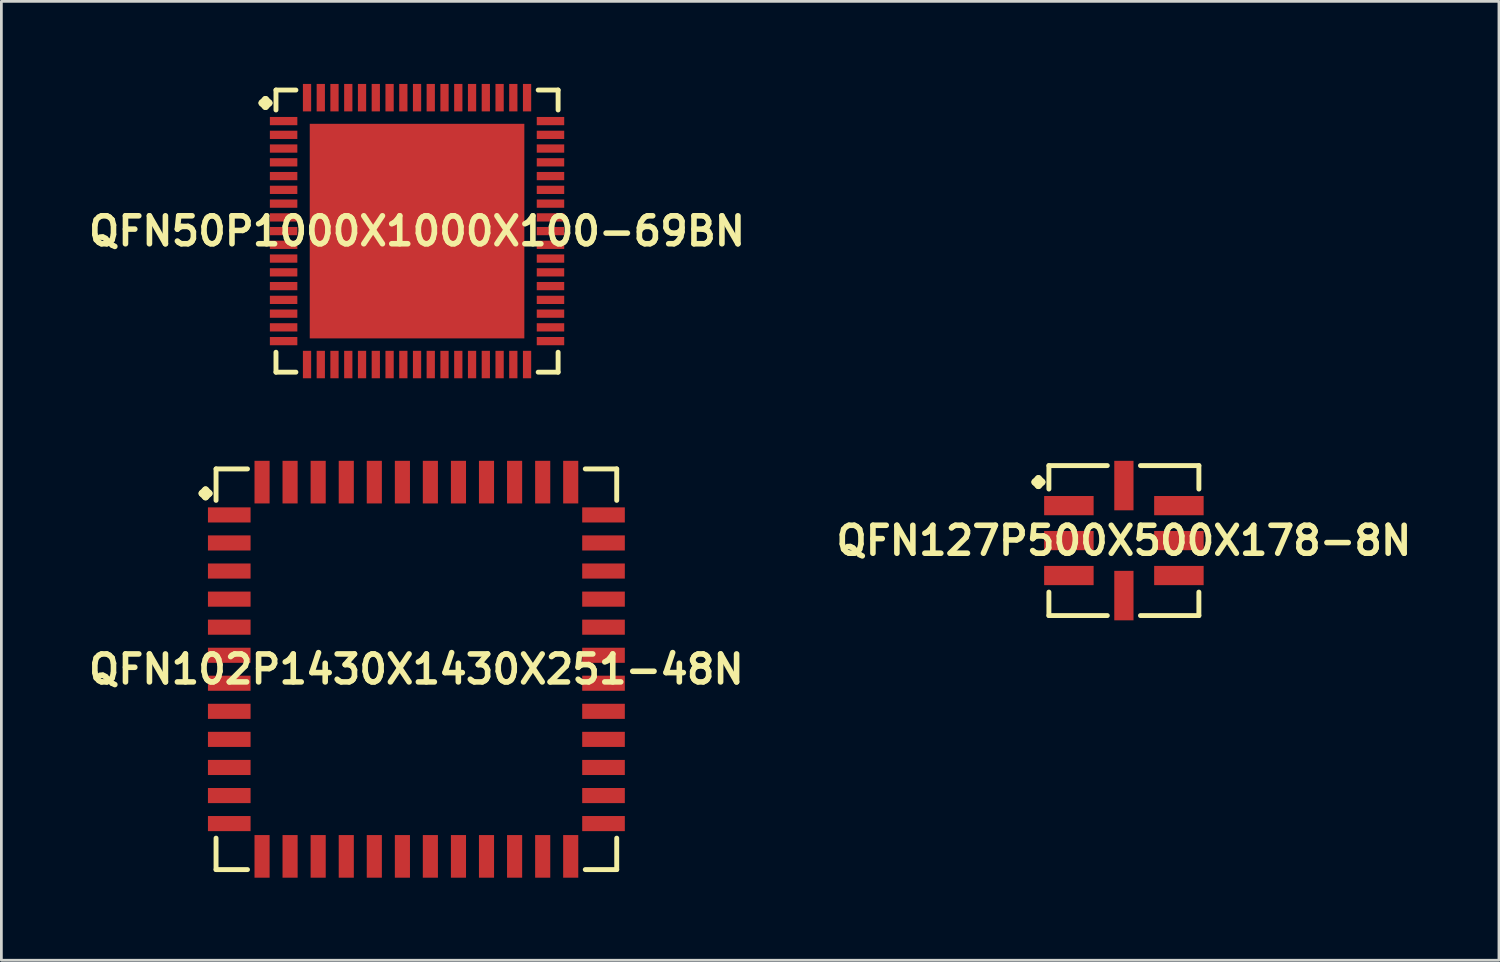
<source format=kicad_pcb>
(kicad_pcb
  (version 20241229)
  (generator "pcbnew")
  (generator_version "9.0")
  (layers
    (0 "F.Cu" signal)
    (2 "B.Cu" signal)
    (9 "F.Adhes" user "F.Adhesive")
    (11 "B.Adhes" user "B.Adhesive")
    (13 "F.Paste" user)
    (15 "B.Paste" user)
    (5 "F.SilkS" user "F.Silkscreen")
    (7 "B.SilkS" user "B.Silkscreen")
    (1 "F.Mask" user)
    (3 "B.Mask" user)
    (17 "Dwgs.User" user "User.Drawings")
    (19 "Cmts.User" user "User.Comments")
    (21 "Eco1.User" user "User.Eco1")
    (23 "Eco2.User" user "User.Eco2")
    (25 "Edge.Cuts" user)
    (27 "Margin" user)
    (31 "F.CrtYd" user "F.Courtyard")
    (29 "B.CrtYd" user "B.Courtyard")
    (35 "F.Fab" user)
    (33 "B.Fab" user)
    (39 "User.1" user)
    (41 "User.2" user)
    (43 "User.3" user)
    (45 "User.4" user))
  (footprint "QFN127P500X500X178-8N"
    (layer "F.Cu")
    (at 37.791 16.594)
    (property "Reference" "QFN127P500X500X178-8N" (at 0 0 0) (layer "F.SilkS") (effects (font (size 1.016 1.016) (thickness 0.203))))
    (attr smd)
    (fp_line (start -3.233 -2.126) (end -3.106 -2.253) (stroke (width 0.254) (type solid)) (layer "F.SilkS"))
    (fp_line (start -3.106 -2.253) (end -2.979 -2.126) (stroke (width 0.254) (type solid)) (layer "F.SilkS"))
    (fp_line (start -3.106 -1.999) (end -3.233 -2.126) (stroke (width 0.254) (type solid)) (layer "F.SilkS"))
    (fp_line (start -2.979 -2.126) (end -3.106 -1.999) (stroke (width 0.254) (type solid)) (layer "F.SilkS"))
    (fp_line (start -2.725 -2.725) (end -0.602 -2.725) (stroke (width 0.178) (type solid)) (layer "F.SilkS"))
    (fp_line (start -2.725 -1.872) (end -2.725 -2.725) (stroke (width 0.178) (type solid)) (layer "F.SilkS"))
    (fp_line (start -2.725 1.872) (end -2.725 2.725) (stroke (width 0.178) (type solid)) (layer "F.SilkS"))
    (fp_line (start -2.725 2.725) (end -0.602 2.725) (stroke (width 0.178) (type solid)) (layer "F.SilkS"))
    (fp_line (start 0.602 -2.725) (end 2.725 -2.725) (stroke (width 0.178) (type solid)) (layer "F.SilkS"))
    (fp_line (start 0.602 2.725) (end 2.725 2.725) (stroke (width 0.178) (type solid)) (layer "F.SilkS"))
    (fp_line (start 2.725 -2.725) (end 2.725 -1.872) (stroke (width 0.178) (type solid)) (layer "F.SilkS"))
    (fp_line (start 2.725 2.725) (end 2.725 1.872) (stroke (width 0.178) (type solid)) (layer "F.SilkS"))
    (pad "1" smd rect (at -1.999 -1.27) (size 1.798 0.699) (layers "F.Cu" "F.Mask" "F.Paste"))
    (pad "2" smd rect (at -1.999 0) (size 1.798 0.699) (layers "F.Cu" "F.Mask" "F.Paste"))
    (pad "3" smd rect (at -1.999 1.27) (size 1.798 0.699) (layers "F.Cu" "F.Mask" "F.Paste"))
    (pad "4" smd rect (at 0 1.999) (size 0.699 1.798) (layers "F.Cu" "F.Mask" "F.Paste"))
    (pad "5" smd rect (at 1.999 1.27) (size 1.798 0.699) (layers "F.Cu" "F.Mask" "F.Paste"))
    (pad "6" smd rect (at 1.999 0) (size 1.798 0.699) (layers "F.Cu" "F.Mask" "F.Paste"))
    (pad "7" smd rect (at 1.999 -1.27) (size 1.798 0.699) (layers "F.Cu" "F.Mask" "F.Paste"))
    (pad "8" smd rect (at 0 -1.999) (size 0.699 1.798) (layers "F.Cu" "F.Mask" "F.Paste")))
  (footprint "QFN50P1000X1000X100-69BN"
    (layer "F.Cu")
    (at 12.105 5.348)
    (property "Reference" "QFN50P1000X1000X100-69BN" (at 0 0 0) (layer "F.SilkS") (effects (font (size 1.016 1.016) (thickness 0.203))))
    (attr smd)
    (fp_line (start -5.634 -4.656) (end -5.507 -4.783) (stroke (width 0.254) (type solid)) (layer "F.SilkS"))
    (fp_line (start -5.507 -4.783) (end -5.38 -4.656) (stroke (width 0.254) (type solid)) (layer "F.SilkS"))
    (fp_line (start -5.507 -4.529) (end -5.634 -4.656) (stroke (width 0.254) (type solid)) (layer "F.SilkS"))
    (fp_line (start -5.38 -4.656) (end -5.507 -4.529) (stroke (width 0.254) (type solid)) (layer "F.SilkS"))
    (fp_line (start -5.126 -5.126) (end -4.402 -5.126) (stroke (width 0.178) (type solid)) (layer "F.SilkS"))
    (fp_line (start -5.126 -4.402) (end -5.126 -5.126) (stroke (width 0.178) (type solid)) (layer "F.SilkS"))
    (fp_line (start -5.126 4.402) (end -5.126 5.126) (stroke (width 0.178) (type solid)) (layer "F.SilkS"))
    (fp_line (start -5.126 5.126) (end -4.402 5.126) (stroke (width 0.178) (type solid)) (layer "F.SilkS"))
    (fp_line (start 4.402 -5.126) (end 5.126 -5.126) (stroke (width 0.178) (type solid)) (layer "F.SilkS"))
    (fp_line (start 4.402 5.126) (end 5.126 5.126) (stroke (width 0.178) (type solid)) (layer "F.SilkS"))
    (fp_line (start 5.126 -5.126) (end 5.126 -4.402) (stroke (width 0.178) (type solid)) (layer "F.SilkS"))
    (fp_line (start 5.126 5.126) (end 5.126 4.402) (stroke (width 0.178) (type solid)) (layer "F.SilkS"))
    (pad "1" smd rect (at -4.849 -3.998) (size 0.998 0.3) (layers "F.Cu" "F.Mask" "F.Paste"))
    (pad "2" smd rect (at -4.849 -3.498) (size 0.998 0.3) (layers "F.Cu" "F.Mask" "F.Paste"))
    (pad "3" smd rect (at -4.849 -3) (size 0.998 0.3) (layers "F.Cu" "F.Mask" "F.Paste"))
    (pad "4" smd rect (at -4.849 -2.499) (size 0.998 0.3) (layers "F.Cu" "F.Mask" "F.Paste"))
    (pad "5" smd rect (at -4.849 -1.999) (size 0.998 0.3) (layers "F.Cu" "F.Mask" "F.Paste"))
    (pad "6" smd rect (at -4.849 -1.499) (size 0.998 0.3) (layers "F.Cu" "F.Mask" "F.Paste"))
    (pad "7" smd rect (at -4.849 -0.998) (size 0.998 0.3) (layers "F.Cu" "F.Mask" "F.Paste"))
    (pad "8" smd rect (at -4.849 -0.498) (size 0.998 0.3) (layers "F.Cu" "F.Mask" "F.Paste"))
    (pad "9" smd rect (at -4.849 0) (size 0.998 0.3) (layers "F.Cu" "F.Mask" "F.Paste"))
    (pad "10" smd rect (at -4.849 0.498) (size 0.998 0.3) (layers "F.Cu" "F.Mask" "F.Paste"))
    (pad "11" smd rect (at -4.849 0.998) (size 0.998 0.3) (layers "F.Cu" "F.Mask" "F.Paste"))
    (pad "12" smd rect (at -4.849 1.499) (size 0.998 0.3) (layers "F.Cu" "F.Mask" "F.Paste"))
    (pad "13" smd rect (at -4.849 1.999) (size 0.998 0.3) (layers "F.Cu" "F.Mask" "F.Paste"))
    (pad "14" smd rect (at -4.849 2.499) (size 0.998 0.3) (layers "F.Cu" "F.Mask" "F.Paste"))
    (pad "15" smd rect (at -4.849 3) (size 0.998 0.3) (layers "F.Cu" "F.Mask" "F.Paste"))
    (pad "16" smd rect (at -4.849 3.498) (size 0.998 0.3) (layers "F.Cu" "F.Mask" "F.Paste"))
    (pad "17" smd rect (at -4.849 3.998) (size 0.998 0.3) (layers "F.Cu" "F.Mask" "F.Paste"))
    (pad "18" smd rect (at -3.998 4.849) (size 0.3 0.998) (layers "F.Cu" "F.Mask" "F.Paste"))
    (pad "19" smd rect (at -3.498 4.849) (size 0.3 0.998) (layers "F.Cu" "F.Mask" "F.Paste"))
    (pad "20" smd rect (at -3 4.849) (size 0.3 0.998) (layers "F.Cu" "F.Mask" "F.Paste"))
    (pad "21" smd rect (at -2.499 4.849) (size 0.3 0.998) (layers "F.Cu" "F.Mask" "F.Paste"))
    (pad "22" smd rect (at -1.999 4.849) (size 0.3 0.998) (layers "F.Cu" "F.Mask" "F.Paste"))
    (pad "23" smd rect (at -1.499 4.849) (size 0.3 0.998) (layers "F.Cu" "F.Mask" "F.Paste"))
    (pad "24" smd rect (at -0.998 4.849) (size 0.3 0.998) (layers "F.Cu" "F.Mask" "F.Paste"))
    (pad "25" smd rect (at -0.498 4.849) (size 0.3 0.998) (layers "F.Cu" "F.Mask" "F.Paste"))
    (pad "26" smd rect (at 0 4.849) (size 0.3 0.998) (layers "F.Cu" "F.Mask" "F.Paste"))
    (pad "27" smd rect (at 0.498 4.849) (size 0.3 0.998) (layers "F.Cu" "F.Mask" "F.Paste"))
    (pad "28" smd rect (at 0.998 4.849) (size 0.3 0.998) (layers "F.Cu" "F.Mask" "F.Paste"))
    (pad "29" smd rect (at 1.499 4.849) (size 0.3 0.998) (layers "F.Cu" "F.Mask" "F.Paste"))
    (pad "30" smd rect (at 1.999 4.849) (size 0.3 0.998) (layers "F.Cu" "F.Mask" "F.Paste"))
    (pad "31" smd rect (at 2.499 4.849) (size 0.3 0.998) (layers "F.Cu" "F.Mask" "F.Paste"))
    (pad "32" smd rect (at 3 4.849) (size 0.3 0.998) (layers "F.Cu" "F.Mask" "F.Paste"))
    (pad "33" smd rect (at 3.498 4.849) (size 0.3 0.998) (layers "F.Cu" "F.Mask" "F.Paste"))
    (pad "34" smd rect (at 3.998 4.849) (size 0.3 0.998) (layers "F.Cu" "F.Mask" "F.Paste"))
    (pad "35" smd rect (at 4.849 3.998) (size 0.998 0.3) (layers "F.Cu" "F.Mask" "F.Paste"))
    (pad "36" smd rect (at 4.849 3.498) (size 0.998 0.3) (layers "F.Cu" "F.Mask" "F.Paste"))
    (pad "37" smd rect (at 4.849 3) (size 0.998 0.3) (layers "F.Cu" "F.Mask" "F.Paste"))
    (pad "38" smd rect (at 4.849 2.499) (size 0.998 0.3) (layers "F.Cu" "F.Mask" "F.Paste"))
    (pad "39" smd rect (at 4.849 1.999) (size 0.998 0.3) (layers "F.Cu" "F.Mask" "F.Paste"))
    (pad "40" smd rect (at 4.849 1.499) (size 0.998 0.3) (layers "F.Cu" "F.Mask" "F.Paste"))
    (pad "41" smd rect (at 4.849 0.998) (size 0.998 0.3) (layers "F.Cu" "F.Mask" "F.Paste"))
    (pad "42" smd rect (at 4.849 0.498) (size 0.998 0.3) (layers "F.Cu" "F.Mask" "F.Paste"))
    (pad "43" smd rect (at 4.849 0) (size 0.998 0.3) (layers "F.Cu" "F.Mask" "F.Paste"))
    (pad "44" smd rect (at 4.849 -0.498) (size 0.998 0.3) (layers "F.Cu" "F.Mask" "F.Paste"))
    (pad "45" smd rect (at 4.849 -0.998) (size 0.998 0.3) (layers "F.Cu" "F.Mask" "F.Paste"))
    (pad "46" smd rect (at 4.849 -1.499) (size 0.998 0.3) (layers "F.Cu" "F.Mask" "F.Paste"))
    (pad "47" smd rect (at 4.849 -1.999) (size 0.998 0.3) (layers "F.Cu" "F.Mask" "F.Paste"))
    (pad "48" smd rect (at 4.849 -2.499) (size 0.998 0.3) (layers "F.Cu" "F.Mask" "F.Paste"))
    (pad "49" smd rect (at 4.849 -3) (size 0.998 0.3) (layers "F.Cu" "F.Mask" "F.Paste"))
    (pad "50" smd rect (at 4.849 -3.498) (size 0.998 0.3) (layers "F.Cu" "F.Mask" "F.Paste"))
    (pad "51" smd rect (at 4.849 -3.998) (size 0.998 0.3) (layers "F.Cu" "F.Mask" "F.Paste"))
    (pad "52" smd rect (at 3.998 -4.849) (size 0.3 0.998) (layers "F.Cu" "F.Mask" "F.Paste"))
    (pad "53" smd rect (at 3.498 -4.849) (size 0.3 0.998) (layers "F.Cu" "F.Mask" "F.Paste"))
    (pad "54" smd rect (at 3 -4.849) (size 0.3 0.998) (layers "F.Cu" "F.Mask" "F.Paste"))
    (pad "55" smd rect (at 2.499 -4.849) (size 0.3 0.998) (layers "F.Cu" "F.Mask" "F.Paste"))
    (pad "56" smd rect (at 1.999 -4.849) (size 0.3 0.998) (layers "F.Cu" "F.Mask" "F.Paste"))
    (pad "57" smd rect (at 1.499 -4.849) (size 0.3 0.998) (layers "F.Cu" "F.Mask" "F.Paste"))
    (pad "58" smd rect (at 0.998 -4.849) (size 0.3 0.998) (layers "F.Cu" "F.Mask" "F.Paste"))
    (pad "59" smd rect (at 0.498 -4.849) (size 0.3 0.998) (layers "F.Cu" "F.Mask" "F.Paste"))
    (pad "60" smd rect (at 0 -4.849) (size 0.3 0.998) (layers "F.Cu" "F.Mask" "F.Paste"))
    (pad "61" smd rect (at -0.498 -4.849) (size 0.3 0.998) (layers "F.Cu" "F.Mask" "F.Paste"))
    (pad "62" smd rect (at -0.998 -4.849) (size 0.3 0.998) (layers "F.Cu" "F.Mask" "F.Paste"))
    (pad "63" smd rect (at -1.499 -4.849) (size 0.3 0.998) (layers "F.Cu" "F.Mask" "F.Paste"))
    (pad "64" smd rect (at -1.999 -4.849) (size 0.3 0.998) (layers "F.Cu" "F.Mask" "F.Paste"))
    (pad "65" smd rect (at -2.499 -4.849) (size 0.3 0.998) (layers "F.Cu" "F.Mask" "F.Paste"))
    (pad "66" smd rect (at -3 -4.849) (size 0.3 0.998) (layers "F.Cu" "F.Mask" "F.Paste"))
    (pad "67" smd rect (at -3.498 -4.849) (size 0.3 0.998) (layers "F.Cu" "F.Mask" "F.Paste"))
    (pad "68" smd rect (at -3.998 -4.849) (size 0.3 0.998) (layers "F.Cu" "F.Mask" "F.Paste"))
    (pad "69" smd rect (at 0 0) (size 7.798 7.798) (layers "F.Cu" "F.Mask" "F.Paste")))
  (footprint "QFN102P1430X1430X251-48N"
    (layer "F.Cu")
    (at 12.081 21.27)
    (property "Reference" "QFN102P1430X1430X251-48N" (at 0 0 0) (layer "F.SilkS") (effects (font (size 1.016 1.016) (thickness 0.203))))
    (attr smd)
    (fp_line (start -7.788 -6.391) (end -7.661 -6.518) (stroke (width 0.254) (type solid)) (layer "F.SilkS"))
    (fp_line (start -7.661 -6.518) (end -7.534 -6.391) (stroke (width 0.254) (type solid)) (layer "F.SilkS"))
    (fp_line (start -7.661 -6.264) (end -7.788 -6.391) (stroke (width 0.254) (type solid)) (layer "F.SilkS"))
    (fp_line (start -7.534 -6.391) (end -7.661 -6.264) (stroke (width 0.254) (type solid)) (layer "F.SilkS"))
    (fp_line (start -7.28 -7.28) (end -6.137 -7.28) (stroke (width 0.178) (type solid)) (layer "F.SilkS"))
    (fp_line (start -7.28 -6.137) (end -7.28 -7.28) (stroke (width 0.178) (type solid)) (layer "F.SilkS"))
    (fp_line (start -7.28 6.137) (end -7.28 7.28) (stroke (width 0.178) (type solid)) (layer "F.SilkS"))
    (fp_line (start -7.28 7.28) (end -6.137 7.28) (stroke (width 0.178) (type solid)) (layer "F.SilkS"))
    (fp_line (start 6.137 -7.28) (end 7.28 -7.28) (stroke (width 0.178) (type solid)) (layer "F.SilkS"))
    (fp_line (start 6.137 7.28) (end 7.28 7.28) (stroke (width 0.178) (type solid)) (layer "F.SilkS"))
    (fp_line (start 7.28 -7.28) (end 7.28 -6.137) (stroke (width 0.178) (type solid)) (layer "F.SilkS"))
    (fp_line (start 7.28 7.28) (end 7.28 6.137) (stroke (width 0.178) (type solid)) (layer "F.SilkS"))
    (pad "1" smd rect (at -6.8 -5.608) (size 1.549 0.549) (layers "F.Cu" "F.Mask" "F.Paste"))
    (pad "2" smd rect (at -6.8 -4.59) (size 1.549 0.549) (layers "F.Cu" "F.Mask" "F.Paste"))
    (pad "3" smd rect (at -6.8 -3.569) (size 1.549 0.549) (layers "F.Cu" "F.Mask" "F.Paste"))
    (pad "4" smd rect (at -6.8 -2.548) (size 1.549 0.549) (layers "F.Cu" "F.Mask" "F.Paste"))
    (pad "5" smd rect (at -6.8 -1.529) (size 1.549 0.549) (layers "F.Cu" "F.Mask" "F.Paste"))
    (pad "6" smd rect (at -6.8 -0.508) (size 1.549 0.549) (layers "F.Cu" "F.Mask" "F.Paste"))
    (pad "7" smd rect (at -6.8 0.508) (size 1.549 0.549) (layers "F.Cu" "F.Mask" "F.Paste"))
    (pad "8" smd rect (at -6.8 1.529) (size 1.549 0.549) (layers "F.Cu" "F.Mask" "F.Paste"))
    (pad "9" smd rect (at -6.8 2.548) (size 1.549 0.549) (layers "F.Cu" "F.Mask" "F.Paste"))
    (pad "10" smd rect (at -6.8 3.569) (size 1.549 0.549) (layers "F.Cu" "F.Mask" "F.Paste"))
    (pad "11" smd rect (at -6.8 4.59) (size 1.549 0.549) (layers "F.Cu" "F.Mask" "F.Paste"))
    (pad "12" smd rect (at -6.8 5.608) (size 1.549 0.549) (layers "F.Cu" "F.Mask" "F.Paste"))
    (pad "13" smd rect (at -5.608 6.8) (size 0.549 1.549) (layers "F.Cu" "F.Mask" "F.Paste"))
    (pad "14" smd rect (at -4.59 6.8) (size 0.549 1.549) (layers "F.Cu" "F.Mask" "F.Paste"))
    (pad "15" smd rect (at -3.569 6.8) (size 0.549 1.549) (layers "F.Cu" "F.Mask" "F.Paste"))
    (pad "16" smd rect (at -2.548 6.8) (size 0.549 1.549) (layers "F.Cu" "F.Mask" "F.Paste"))
    (pad "17" smd rect (at -1.529 6.8) (size 0.549 1.549) (layers "F.Cu" "F.Mask" "F.Paste"))
    (pad "18" smd rect (at -0.508 6.8) (size 0.549 1.549) (layers "F.Cu" "F.Mask" "F.Paste"))
    (pad "19" smd rect (at 0.508 6.8) (size 0.549 1.549) (layers "F.Cu" "F.Mask" "F.Paste"))
    (pad "20" smd rect (at 1.529 6.8) (size 0.549 1.549) (layers "F.Cu" "F.Mask" "F.Paste"))
    (pad "21" smd rect (at 2.548 6.8) (size 0.549 1.549) (layers "F.Cu" "F.Mask" "F.Paste"))
    (pad "22" smd rect (at 3.569 6.8) (size 0.549 1.549) (layers "F.Cu" "F.Mask" "F.Paste"))
    (pad "23" smd rect (at 4.59 6.8) (size 0.549 1.549) (layers "F.Cu" "F.Mask" "F.Paste"))
    (pad "24" smd rect (at 5.608 6.8) (size 0.549 1.549) (layers "F.Cu" "F.Mask" "F.Paste"))
    (pad "25" smd rect (at 6.8 5.608) (size 1.549 0.549) (layers "F.Cu" "F.Mask" "F.Paste"))
    (pad "26" smd rect (at 6.8 4.59) (size 1.549 0.549) (layers "F.Cu" "F.Mask" "F.Paste"))
    (pad "27" smd rect (at 6.8 3.569) (size 1.549 0.549) (layers "F.Cu" "F.Mask" "F.Paste"))
    (pad "28" smd rect (at 6.8 2.548) (size 1.549 0.549) (layers "F.Cu" "F.Mask" "F.Paste"))
    (pad "29" smd rect (at 6.8 1.529) (size 1.549 0.549) (layers "F.Cu" "F.Mask" "F.Paste"))
    (pad "30" smd rect (at 6.8 0.508) (size 1.549 0.549) (layers "F.Cu" "F.Mask" "F.Paste"))
    (pad "31" smd rect (at 6.8 -0.508) (size 1.549 0.549) (layers "F.Cu" "F.Mask" "F.Paste"))
    (pad "32" smd rect (at 6.8 -1.529) (size 1.549 0.549) (layers "F.Cu" "F.Mask" "F.Paste"))
    (pad "33" smd rect (at 6.8 -2.548) (size 1.549 0.549) (layers "F.Cu" "F.Mask" "F.Paste"))
    (pad "34" smd rect (at 6.8 -3.569) (size 1.549 0.549) (layers "F.Cu" "F.Mask" "F.Paste"))
    (pad "35" smd rect (at 6.8 -4.59) (size 1.549 0.549) (layers "F.Cu" "F.Mask" "F.Paste"))
    (pad "36" smd rect (at 6.8 -5.608) (size 1.549 0.549) (layers "F.Cu" "F.Mask" "F.Paste"))
    (pad "37" smd rect (at 5.608 -6.8) (size 0.549 1.549) (layers "F.Cu" "F.Mask" "F.Paste"))
    (pad "38" smd rect (at 4.59 -6.8) (size 0.549 1.549) (layers "F.Cu" "F.Mask" "F.Paste"))
    (pad "39" smd rect (at 3.569 -6.8) (size 0.549 1.549) (layers "F.Cu" "F.Mask" "F.Paste"))
    (pad "40" smd rect (at 2.548 -6.8) (size 0.549 1.549) (layers "F.Cu" "F.Mask" "F.Paste"))
    (pad "41" smd rect (at 1.529 -6.8) (size 0.549 1.549) (layers "F.Cu" "F.Mask" "F.Paste"))
    (pad "42" smd rect (at 0.508 -6.8) (size 0.549 1.549) (layers "F.Cu" "F.Mask" "F.Paste"))
    (pad "43" smd rect (at -0.508 -6.8) (size 0.549 1.549) (layers "F.Cu" "F.Mask" "F.Paste"))
    (pad "44" smd rect (at -1.529 -6.8) (size 0.549 1.549) (layers "F.Cu" "F.Mask" "F.Paste"))
    (pad "45" smd rect (at -2.548 -6.8) (size 0.549 1.549) (layers "F.Cu" "F.Mask" "F.Paste"))
    (pad "46" smd rect (at -3.569 -6.8) (size 0.549 1.549) (layers "F.Cu" "F.Mask" "F.Paste"))
    (pad "47" smd rect (at -4.59 -6.8) (size 0.549 1.549) (layers "F.Cu" "F.Mask" "F.Paste"))
    (pad "48" smd rect (at -5.608 -6.8) (size 0.549 1.549) (layers "F.Cu" "F.Mask" "F.Paste")))
  (gr_rect
    (start -3 -3)
    (end 51.42 31.845)
    (stroke (width 0.1) (type default))
    (fill no)
    (layer "Edge.Cuts")))
</source>
